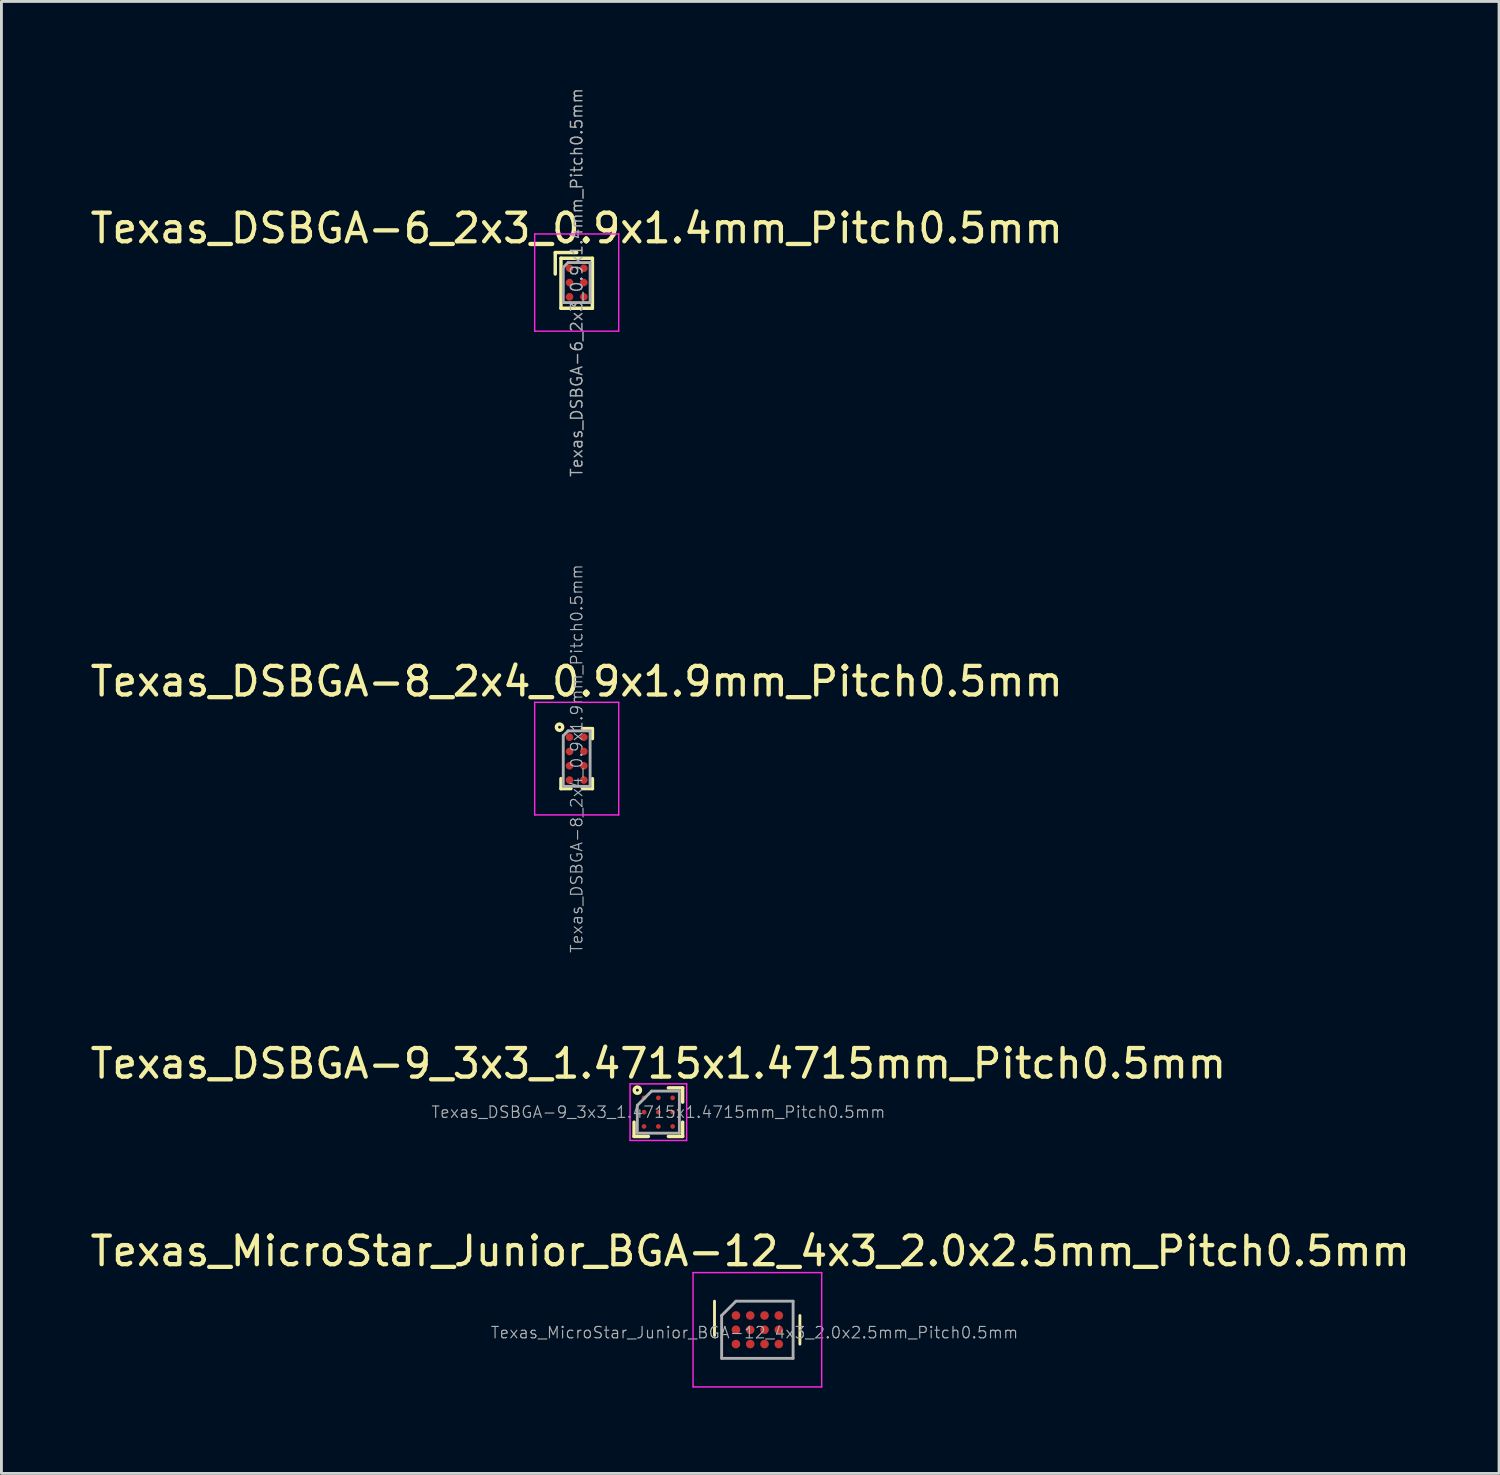
<source format=kicad_pcb>
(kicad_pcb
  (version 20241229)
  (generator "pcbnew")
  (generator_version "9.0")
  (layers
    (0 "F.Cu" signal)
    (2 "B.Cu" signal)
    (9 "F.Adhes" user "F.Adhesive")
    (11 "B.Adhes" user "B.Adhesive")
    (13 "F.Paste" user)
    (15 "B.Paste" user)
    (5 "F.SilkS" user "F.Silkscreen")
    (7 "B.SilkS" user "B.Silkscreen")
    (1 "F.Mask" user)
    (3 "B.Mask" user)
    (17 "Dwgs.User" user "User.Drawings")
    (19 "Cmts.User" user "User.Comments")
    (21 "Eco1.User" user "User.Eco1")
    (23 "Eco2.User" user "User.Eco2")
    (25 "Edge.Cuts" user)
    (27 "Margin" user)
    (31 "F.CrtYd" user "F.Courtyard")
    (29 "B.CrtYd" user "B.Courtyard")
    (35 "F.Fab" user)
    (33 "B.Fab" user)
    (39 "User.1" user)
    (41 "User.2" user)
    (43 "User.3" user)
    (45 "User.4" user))
  (footprint "Texas_DSBGA-6_2x3_0.9x1.4mm_Pitch0.5mm"
    (layer "F.Cu")
    (at 17.125 6.835)
    (property "Reference" "Texas_DSBGA-6_2x3_0.9x1.4mm_Pitch0.5mm" (at 0 -1.9 0) (layer "F.SilkS") (effects (font (size 1 1) (thickness 0.15))))
    (attr smd)
    (fp_line (start -0.75 -1.05) (end -0.75 -0.3) (stroke (width 0.12) (type solid)) (layer "F.SilkS"))
    (fp_line (start -0.55 -0.85) (end -0.55 0.9) (stroke (width 0.12) (type solid)) (layer "F.SilkS"))
    (fp_line (start -0.55 0.9) (end 0.55 0.9) (stroke (width 0.12) (type solid)) (layer "F.SilkS"))
    (fp_line (start 0 -1.05) (end -0.75 -1.05) (stroke (width 0.12) (type solid)) (layer "F.SilkS"))
    (fp_line (start 0.55 -0.85) (end -0.55 -0.85) (stroke (width 0.12) (type solid)) (layer "F.SilkS"))
    (fp_line (start 0.55 -0.85) (end 0.55 0.9) (stroke (width 0.12) (type solid)) (layer "F.SilkS"))
    (fp_line (start -1.47 -1.7) (end -1.47 1.7) (stroke (width 0.05) (type solid)) (layer "F.CrtYd"))
    (fp_line (start -1.47 -1.7) (end 1.47 -1.7) (stroke (width 0.05) (type solid)) (layer "F.CrtYd"))
    (fp_line (start 1.47 1.7) (end -1.47 1.7) (stroke (width 0.05) (type solid)) (layer "F.CrtYd"))
    (fp_line (start 1.47 1.7) (end 1.47 -1.7) (stroke (width 0.05) (type solid)) (layer "F.CrtYd"))
    (fp_line (start -0.47 -0.53) (end -0.47 0.7) (stroke (width 0.1) (type solid)) (layer "F.Fab"))
    (fp_line (start -0.47 -0.53) (end -0.3 -0.7) (stroke (width 0.1) (type solid)) (layer "F.Fab"))
    (fp_line (start -0.47 0.7) (end 0.47 0.7) (stroke (width 0.1) (type solid)) (layer "F.Fab"))
    (fp_line (start 0.47 -0.7) (end -0.3 -0.7) (stroke (width 0.1) (type solid)) (layer "F.Fab"))
    (fp_line (start 0.47 0.7) (end 0.47 -0.7) (stroke (width 0.1) (type solid)) (layer "F.Fab"))
    (fp_text user "${REFERENCE}" (at 0 0 90) (layer "F.Fab") (effects (font (size 0.4 0.4) (thickness 0.05))))
    (pad "" smd rect (at -0.25 -0.5) (size 0.3 0.3) (layers "F.Paste"))
    (pad "" smd rect (at -0.25 0) (size 0.3 0.3) (layers "F.Paste"))
    (pad "" smd rect (at -0.25 0.5) (size 0.3 0.3) (layers "F.Paste"))
    (pad "" smd rect (at 0.25 -0.5) (size 0.3 0.3) (layers "F.Paste"))
    (pad "" smd rect (at 0.25 0) (size 0.3 0.3) (layers "F.Paste"))
    (pad "" smd rect (at 0.25 0.5) (size 0.3 0.3) (layers "F.Paste"))
    (pad "A1" smd circle (at -0.25 0) (size 0.265 0.265) (layers "F.Cu" "F.Mask"))
    (pad "A2" smd circle (at 0.25 0) (size 0.265 0.265) (layers "F.Cu" "F.Mask"))
    (pad "B1" smd circle (at -0.25 -0.5) (size 0.265 0.265) (layers "F.Cu" "F.Mask"))
    (pad "B2" smd circle (at 0.25 -0.5) (size 0.265 0.265) (layers "F.Cu" "F.Mask"))
    (pad "C1" smd circle (at -0.25 0.5) (size 0.265 0.265) (layers "F.Cu" "F.Mask"))
    (pad "C2" smd circle (at 0.25 0.5) (size 0.265 0.265) (layers "F.Cu" "F.Mask")))
  (footprint "Texas_MicroStar_Junior_BGA-12_4x3_2.0x2.5mm_Pitch0.5mm"
    (layer "F.Cu")
    (at 23.446 43.471)
    (property "Reference" "Texas_MicroStar_Junior_BGA-12_4x3_2.0x2.5mm_Pitch0.5mm" (at -0.25 -2.75 0) (layer "F.SilkS") (effects (font (size 1 1) (thickness 0.15))))
    (attr smd)
    (fp_line (start -1.5 -1) (end -1.5 0.2) (stroke (width 0.1) (type solid)) (layer "F.SilkS"))
    (fp_line (start 1.488 0.502) (end 1.488 -0.497) (stroke (width 0.1) (type solid)) (layer "F.SilkS"))
    (fp_line (start -2.25 -2) (end 2.25 -2) (stroke (width 0.05) (type solid)) (layer "F.CrtYd"))
    (fp_line (start -2.25 2) (end -2.25 -2) (stroke (width 0.05) (type solid)) (layer "F.CrtYd"))
    (fp_line (start 2.25 -2) (end 2.25 2) (stroke (width 0.05) (type solid)) (layer "F.CrtYd"))
    (fp_line (start 2.25 2) (end -2.25 2) (stroke (width 0.05) (type solid)) (layer "F.CrtYd"))
    (fp_line (start -1.25 1) (end -1.25 -0.5) (stroke (width 0.1) (type solid)) (layer "F.Fab"))
    (fp_line (start -0.75 -1) (end -1.25 -0.5) (stroke (width 0.1) (type solid)) (layer "F.Fab"))
    (fp_line (start -0.75 -1) (end 1.25 -1) (stroke (width 0.1) (type solid)) (layer "F.Fab"))
    (fp_line (start 1.25 -1) (end 1.25 1) (stroke (width 0.1) (type solid)) (layer "F.Fab"))
    (fp_line (start 1.25 1) (end -1.25 1) (stroke (width 0.1) (type solid)) (layer "F.Fab"))
    (fp_text user "${REFERENCE}" (at -0.1 0.1 180) (layer "F.Fab") (effects (font (size 0.4 0.4) (thickness 0.04))))
    (pad "A1" smd circle (at -0.75 -0.5 90) (size 0.3 0.3) (layers "F.Cu" "F.Mask" "F.Paste"))
    (pad "A2" smd circle (at -0.25 -0.5 90) (size 0.3 0.3) (layers "F.Cu" "F.Mask" "F.Paste"))
    (pad "A3" smd circle (at 0.25 -0.5 90) (size 0.3 0.3) (layers "F.Cu" "F.Mask" "F.Paste"))
    (pad "A4" smd circle (at 0.75 -0.5 90) (size 0.3 0.3) (layers "F.Cu" "F.Mask" "F.Paste"))
    (pad "B1" smd circle (at -0.75 0 90) (size 0.3 0.3) (layers "F.Cu" "F.Mask" "F.Paste"))
    (pad "B2" smd circle (at -0.25 0 90) (size 0.3 0.3) (layers "F.Cu" "F.Mask" "F.Paste"))
    (pad "B3" smd circle (at 0.25 0 90) (size 0.3 0.3) (layers "F.Cu" "F.Mask" "F.Paste"))
    (pad "B4" smd circle (at 0.75 0 90) (size 0.3 0.3) (layers "F.Cu" "F.Mask" "F.Paste"))
    (pad "C1" smd circle (at -0.75 0.5 90) (size 0.3 0.3) (layers "F.Cu" "F.Mask" "F.Paste"))
    (pad "C2" smd circle (at -0.25 0.5 90) (size 0.3 0.3) (layers "F.Cu" "F.Mask" "F.Paste"))
    (pad "C3" smd circle (at 0.25 0.5 90) (size 0.3 0.3) (layers "F.Cu" "F.Mask" "F.Paste"))
    (pad "C4" smd circle (at 0.75 0.5 90) (size 0.3 0.3) (layers "F.Cu" "F.Mask" "F.Paste")))
  (footprint "Texas_DSBGA-9_3x3_1.4715x1.4715mm_Pitch0.5mm"
    (layer "F.Cu")
    (at 19.982 35.858)
    (property "Reference" "Texas_DSBGA-9_3x3_1.4715x1.4715mm_Pitch0.5mm" (at 0 -1.7 0) (layer "F.SilkS") (effects (font (size 1 1) (thickness 0.15))))
    (attr smd)
    (fp_line (start -0.85 0.35) (end -0.85 0.85) (stroke (width 0.12) (type solid)) (layer "F.SilkS"))
    (fp_line (start -0.85 0.85) (end -0.35 0.85) (stroke (width 0.12) (type solid)) (layer "F.SilkS"))
    (fp_line (start 0.35 -0.85) (end 0.85 -0.85) (stroke (width 0.12) (type solid)) (layer "F.SilkS"))
    (fp_line (start 0.85 -0.85) (end 0.85 -0.35) (stroke (width 0.12) (type solid)) (layer "F.SilkS"))
    (fp_line (start 0.85 0.85) (end 0.35 0.85) (stroke (width 0.12) (type solid)) (layer "F.SilkS"))
    (fp_line (start 0.85 0.85) (end 0.85 0.35) (stroke (width 0.12) (type solid)) (layer "F.SilkS"))
    (fp_circle (center -0.735 -0.77) (end -0.735 -0.72) (stroke (width 0.12) (type solid)) (fill no) (layer "F.SilkS"))
    (fp_line (start -0.99 -0.99) (end -0.99 0.99) (stroke (width 0.05) (type solid)) (layer "F.CrtYd"))
    (fp_line (start -0.99 0.99) (end 0.99 0.99) (stroke (width 0.05) (type solid)) (layer "F.CrtYd"))
    (fp_line (start 0.99 -0.99) (end -0.99 -0.99) (stroke (width 0.05) (type solid)) (layer "F.CrtYd"))
    (fp_line (start 0.99 0.99) (end 0.99 -0.99) (stroke (width 0.05) (type solid)) (layer "F.CrtYd"))
    (fp_line (start -0.736 -0.236) (end -0.736 0.736) (stroke (width 0.1) (type solid)) (layer "F.Fab"))
    (fp_line (start -0.736 -0.236) (end -0.236 -0.736) (stroke (width 0.1) (type solid)) (layer "F.Fab"))
    (fp_line (start -0.736 0.736) (end 0.736 0.736) (stroke (width 0.1) (type solid)) (layer "F.Fab"))
    (fp_line (start 0.736 -0.736) (end -0.236 -0.736) (stroke (width 0.1) (type solid)) (layer "F.Fab"))
    (fp_line (start 0.736 0.736) (end 0.736 -0.736) (stroke (width 0.1) (type solid)) (layer "F.Fab"))
    (fp_text user "${REFERENCE}" (at 0 0 0) (layer "F.Fab") (effects (font (size 0.4 0.4) (thickness 0.04))))
    (pad "" smd rect (at -0.5 -0.5) (size 0.3 0.3) (layers "F.Paste"))
    (pad "" smd rect (at -0.5 0) (size 0.3 0.3) (layers "F.Paste"))
    (pad "" smd rect (at -0.5 0.5) (size 0.3 0.3) (layers "F.Paste"))
    (pad "" smd rect (at 0 -0.5) (size 0.3 0.3) (layers "F.Paste"))
    (pad "" smd rect (at 0 0) (size 0.3 0.3) (layers "F.Paste"))
    (pad "" smd rect (at 0 0.5) (size 0.3 0.3) (layers "F.Paste"))
    (pad "" smd rect (at 0.5 -0.5) (size 0.3 0.3) (layers "F.Paste"))
    (pad "" smd rect (at 0.5 0) (size 0.3 0.3) (layers "F.Paste"))
    (pad "" smd rect (at 0.5 0.5) (size 0.3 0.3) (layers "F.Paste"))
    (pad "A1" smd circle (at -0.5 -0.5) (size 0.165 0.165) (layers "F.Cu" "F.Mask"))
    (pad "A2" smd circle (at 0 -0.5) (size 0.165 0.165) (layers "F.Cu" "F.Mask"))
    (pad "A3" smd circle (at 0.5 -0.5) (size 0.165 0.165) (layers "F.Cu" "F.Mask"))
    (pad "B1" smd circle (at -0.5 0) (size 0.165 0.165) (layers "F.Cu" "F.Mask"))
    (pad "B2" smd circle (at 0 0) (size 0.165 0.165) (layers "F.Cu" "F.Mask"))
    (pad "B3" smd circle (at 0.5 0) (size 0.165 0.165) (layers "F.Cu" "F.Mask" "F.Paste"))
    (pad "C1" smd circle (at -0.5 0.5) (size 0.165 0.165) (layers "F.Cu" "F.Mask"))
    (pad "C2" smd circle (at 0 0.5) (size 0.165 0.165) (layers "F.Cu" "F.Mask"))
    (pad "C3" smd circle (at 0.5 0.5) (size 0.165 0.165) (layers "F.Cu" "F.Mask")))
  (footprint "Texas_DSBGA-8_2x4_0.9x1.9mm_Pitch0.5mm"
    (layer "F.Cu")
    (at 17.125 23.49)
    (property "Reference" "Texas_DSBGA-8_2x4_0.9x1.9mm_Pitch0.5mm" (at 0 -2.7 0) (layer "F.SilkS") (effects (font (size 1 1) (thickness 0.15))))
    (attr smd)
    (fp_line (start -0.55 0.7) (end -0.55 1.05) (stroke (width 0.12) (type solid)) (layer "F.SilkS"))
    (fp_line (start -0.55 1.05) (end -0.2 1.05) (stroke (width 0.12) (type solid)) (layer "F.SilkS"))
    (fp_line (start 0.2 1.05) (end 0.55 1.05) (stroke (width 0.12) (type solid)) (layer "F.SilkS"))
    (fp_line (start 0.55 -1.05) (end 0.2 -1.05) (stroke (width 0.12) (type solid)) (layer "F.SilkS"))
    (fp_line (start 0.55 -1.05) (end 0.55 -0.7) (stroke (width 0.12) (type solid)) (layer "F.SilkS"))
    (fp_line (start 0.55 1.05) (end 0.55 0.7) (stroke (width 0.12) (type solid)) (layer "F.SilkS"))
    (fp_circle (center -0.6 -1.1) (end -0.6 -1.05) (stroke (width 0.12) (type solid)) (fill no) (layer "F.SilkS"))
    (fp_line (start -1.47 -1.97) (end -1.47 1.97) (stroke (width 0.05) (type solid)) (layer "F.CrtYd"))
    (fp_line (start -1.47 1.97) (end 1.47 1.97) (stroke (width 0.05) (type solid)) (layer "F.CrtYd"))
    (fp_line (start 1.47 -1.97) (end -1.47 -1.97) (stroke (width 0.05) (type solid)) (layer "F.CrtYd"))
    (fp_line (start 1.47 1.97) (end 1.47 -1.97) (stroke (width 0.05) (type solid)) (layer "F.CrtYd"))
    (fp_line (start -0.47 -0.8) (end -0.47 0.97) (stroke (width 0.1) (type solid)) (layer "F.Fab"))
    (fp_line (start -0.47 -0.8) (end -0.3 -0.97) (stroke (width 0.1) (type solid)) (layer "F.Fab"))
    (fp_line (start -0.47 0.97) (end 0.47 0.97) (stroke (width 0.1) (type solid)) (layer "F.Fab"))
    (fp_line (start 0.47 -0.97) (end -0.3 -0.97) (stroke (width 0.1) (type solid)) (layer "F.Fab"))
    (fp_line (start 0.47 0.97) (end 0.47 -0.97) (stroke (width 0.1) (type solid)) (layer "F.Fab"))
    (fp_text user "${REFERENCE}" (at 0 0 90) (layer "F.Fab") (effects (font (size 0.4 0.4) (thickness 0.04))))
    (pad "" smd rect (at -0.25 -0.75) (size 0.3 0.3) (layers "F.Paste"))
    (pad "" smd rect (at -0.25 -0.25) (size 0.3 0.3) (layers "F.Paste"))
    (pad "" smd rect (at -0.25 0.25) (size 0.3 0.3) (layers "F.Paste"))
    (pad "" smd rect (at -0.25 0.75) (size 0.3 0.3) (layers "F.Paste"))
    (pad "" smd rect (at 0.25 -0.75) (size 0.3 0.3) (layers "F.Paste"))
    (pad "" smd rect (at 0.25 -0.25) (size 0.3 0.3) (layers "F.Paste"))
    (pad "" smd rect (at 0.25 0.25) (size 0.3 0.3) (layers "F.Paste"))
    (pad "" smd rect (at 0.25 0.75) (size 0.3 0.3) (layers "F.Paste"))
    (pad "A1" smd circle (at -0.25 -0.75) (size 0.265 0.265) (layers "F.Cu" "F.Mask"))
    (pad "A2" smd circle (at 0.25 -0.75) (size 0.265 0.265) (layers "F.Cu" "F.Mask"))
    (pad "B1" smd circle (at -0.25 -0.25) (size 0.265 0.265) (layers "F.Cu" "F.Mask"))
    (pad "B2" smd circle (at 0.25 -0.25) (size 0.265 0.265) (layers "F.Cu" "F.Mask"))
    (pad "C1" smd circle (at -0.25 0.25) (size 0.265 0.265) (layers "F.Cu" "F.Mask"))
    (pad "C2" smd circle (at 0.25 0.25) (size 0.265 0.265) (layers "F.Cu" "F.Mask"))
    (pad "D1" smd circle (at -0.25 0.75) (size 0.265 0.265) (layers "F.Cu" "F.Mask"))
    (pad "D2" smd circle (at 0.25 0.75) (size 0.265 0.265) (layers "F.Cu" "F.Mask")))
  (gr_rect
    (start -3 -3)
    (end 49.393 48.496)
    (stroke (width 0.1) (type default))
    (fill no)
    (layer "Edge.Cuts")))
</source>
